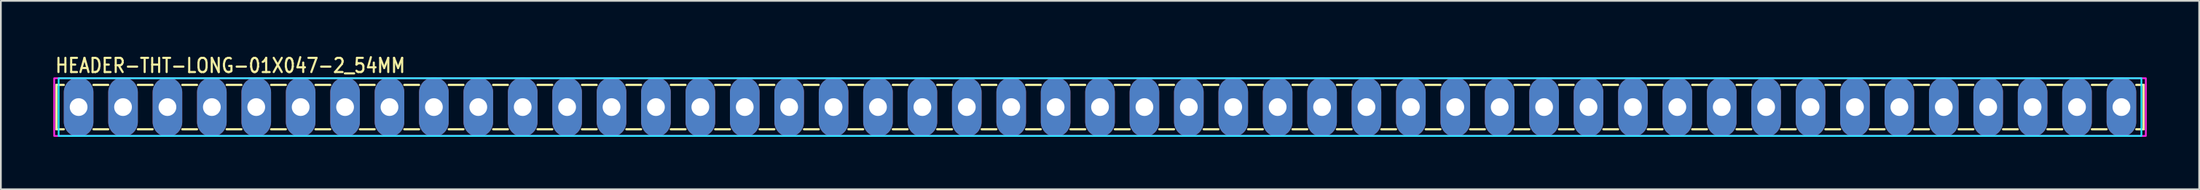
<source format=kicad_pcb>
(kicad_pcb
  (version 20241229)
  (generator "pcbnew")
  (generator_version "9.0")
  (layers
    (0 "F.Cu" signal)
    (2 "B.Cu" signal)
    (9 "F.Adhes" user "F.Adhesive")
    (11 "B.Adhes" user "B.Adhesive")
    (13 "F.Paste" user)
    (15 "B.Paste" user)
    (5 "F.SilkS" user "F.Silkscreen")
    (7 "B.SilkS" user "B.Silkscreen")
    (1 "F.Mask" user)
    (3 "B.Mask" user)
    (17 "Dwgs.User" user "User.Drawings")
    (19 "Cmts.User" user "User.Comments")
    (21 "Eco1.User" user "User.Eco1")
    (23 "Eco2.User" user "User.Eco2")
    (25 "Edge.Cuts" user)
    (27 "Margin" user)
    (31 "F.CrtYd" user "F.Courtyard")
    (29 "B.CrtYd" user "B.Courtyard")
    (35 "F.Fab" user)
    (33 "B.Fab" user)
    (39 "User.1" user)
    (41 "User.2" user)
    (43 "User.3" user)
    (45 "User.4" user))
  (footprint "HEADER-THT-LONG-01X047-2_54MM"
    (layer "F.Cu")
    (at 1.447 3.079)
    (property "Reference" "HEADER-THT-LONG-01X047-2_54MM" (at -1.4 -1.9 0) (unlocked yes) (layer "F.SilkS") (effects (font (size 0.813 0.695) (thickness 0.122)) (justify left bottom)))
    (fp_line (start -1.27 -1.27) (end -1.27 1.27) (stroke (width 0.127) (type solid)) (layer "F.SilkS"))
    (fp_line (start -1.27 1.27) (end -0.85 1.27) (stroke (width 0.127) (type solid)) (layer "F.SilkS"))
    (fp_line (start -0.85 -1.27) (end -1.27 -1.27) (stroke (width 0.127) (type solid)) (layer "F.SilkS"))
    (fp_line (start 0.85 -1.27) (end 1.69 -1.27) (stroke (width 0.127) (type solid)) (layer "F.SilkS"))
    (fp_line (start 0.85 1.27) (end 1.69 1.27) (stroke (width 0.127) (type solid)) (layer "F.SilkS"))
    (fp_line (start 3.39 -1.27) (end 4.23 -1.27) (stroke (width 0.127) (type solid)) (layer "F.SilkS"))
    (fp_line (start 3.39 1.27) (end 4.23 1.27) (stroke (width 0.127) (type solid)) (layer "F.SilkS"))
    (fp_line (start 5.93 -1.27) (end 6.77 -1.27) (stroke (width 0.127) (type solid)) (layer "F.SilkS"))
    (fp_line (start 5.93 1.27) (end 6.77 1.27) (stroke (width 0.127) (type solid)) (layer "F.SilkS"))
    (fp_line (start 8.47 -1.27) (end 9.31 -1.27) (stroke (width 0.127) (type solid)) (layer "F.SilkS"))
    (fp_line (start 8.47 1.27) (end 9.31 1.27) (stroke (width 0.127) (type solid)) (layer "F.SilkS"))
    (fp_line (start 11.01 -1.27) (end 11.85 -1.27) (stroke (width 0.127) (type solid)) (layer "F.SilkS"))
    (fp_line (start 11.01 1.27) (end 11.85 1.27) (stroke (width 0.127) (type solid)) (layer "F.SilkS"))
    (fp_line (start 13.55 -1.27) (end 14.39 -1.27) (stroke (width 0.127) (type solid)) (layer "F.SilkS"))
    (fp_line (start 13.55 1.27) (end 14.39 1.27) (stroke (width 0.127) (type solid)) (layer "F.SilkS"))
    (fp_line (start 16.09 -1.27) (end 16.93 -1.27) (stroke (width 0.127) (type solid)) (layer "F.SilkS"))
    (fp_line (start 16.09 1.27) (end 16.93 1.27) (stroke (width 0.127) (type solid)) (layer "F.SilkS"))
    (fp_line (start 18.63 -1.27) (end 19.47 -1.27) (stroke (width 0.127) (type solid)) (layer "F.SilkS"))
    (fp_line (start 18.63 1.27) (end 19.47 1.27) (stroke (width 0.127) (type solid)) (layer "F.SilkS"))
    (fp_line (start 21.17 -1.27) (end 22.01 -1.27) (stroke (width 0.127) (type solid)) (layer "F.SilkS"))
    (fp_line (start 21.17 1.27) (end 22.01 1.27) (stroke (width 0.127) (type solid)) (layer "F.SilkS"))
    (fp_line (start 23.71 -1.27) (end 24.55 -1.27) (stroke (width 0.127) (type solid)) (layer "F.SilkS"))
    (fp_line (start 23.71 1.27) (end 24.55 1.27) (stroke (width 0.127) (type solid)) (layer "F.SilkS"))
    (fp_line (start 26.25 -1.27) (end 27.09 -1.27) (stroke (width 0.127) (type solid)) (layer "F.SilkS"))
    (fp_line (start 26.25 1.27) (end 27.09 1.27) (stroke (width 0.127) (type solid)) (layer "F.SilkS"))
    (fp_line (start 28.79 -1.27) (end 29.63 -1.27) (stroke (width 0.127) (type solid)) (layer "F.SilkS"))
    (fp_line (start 28.79 1.27) (end 29.63 1.27) (stroke (width 0.127) (type solid)) (layer "F.SilkS"))
    (fp_line (start 31.33 -1.27) (end 32.17 -1.27) (stroke (width 0.127) (type solid)) (layer "F.SilkS"))
    (fp_line (start 31.33 1.27) (end 32.17 1.27) (stroke (width 0.127) (type solid)) (layer "F.SilkS"))
    (fp_line (start 33.87 -1.27) (end 34.71 -1.27) (stroke (width 0.127) (type solid)) (layer "F.SilkS"))
    (fp_line (start 33.87 1.27) (end 34.71 1.27) (stroke (width 0.127) (type solid)) (layer "F.SilkS"))
    (fp_line (start 36.41 -1.27) (end 37.25 -1.27) (stroke (width 0.127) (type solid)) (layer "F.SilkS"))
    (fp_line (start 36.41 1.27) (end 37.25 1.27) (stroke (width 0.127) (type solid)) (layer "F.SilkS"))
    (fp_line (start 38.95 -1.27) (end 39.79 -1.27) (stroke (width 0.127) (type solid)) (layer "F.SilkS"))
    (fp_line (start 38.95 1.27) (end 39.79 1.27) (stroke (width 0.127) (type solid)) (layer "F.SilkS"))
    (fp_line (start 41.49 -1.27) (end 42.33 -1.27) (stroke (width 0.127) (type solid)) (layer "F.SilkS"))
    (fp_line (start 41.49 1.27) (end 42.33 1.27) (stroke (width 0.127) (type solid)) (layer "F.SilkS"))
    (fp_line (start 44.03 -1.27) (end 44.87 -1.27) (stroke (width 0.127) (type solid)) (layer "F.SilkS"))
    (fp_line (start 44.03 1.27) (end 44.87 1.27) (stroke (width 0.127) (type solid)) (layer "F.SilkS"))
    (fp_line (start 46.57 -1.27) (end 47.41 -1.27) (stroke (width 0.127) (type solid)) (layer "F.SilkS"))
    (fp_line (start 46.57 1.27) (end 47.41 1.27) (stroke (width 0.127) (type solid)) (layer "F.SilkS"))
    (fp_line (start 49.11 -1.27) (end 49.95 -1.27) (stroke (width 0.127) (type solid)) (layer "F.SilkS"))
    (fp_line (start 49.11 1.27) (end 49.95 1.27) (stroke (width 0.127) (type solid)) (layer "F.SilkS"))
    (fp_line (start 51.65 -1.27) (end 52.49 -1.27) (stroke (width 0.127) (type solid)) (layer "F.SilkS"))
    (fp_line (start 51.65 1.27) (end 52.49 1.27) (stroke (width 0.127) (type solid)) (layer "F.SilkS"))
    (fp_line (start 54.19 -1.27) (end 55.03 -1.27) (stroke (width 0.127) (type solid)) (layer "F.SilkS"))
    (fp_line (start 54.19 1.27) (end 55.03 1.27) (stroke (width 0.127) (type solid)) (layer "F.SilkS"))
    (fp_line (start 56.73 -1.27) (end 57.57 -1.27) (stroke (width 0.127) (type solid)) (layer "F.SilkS"))
    (fp_line (start 56.73 1.27) (end 57.57 1.27) (stroke (width 0.127) (type solid)) (layer "F.SilkS"))
    (fp_line (start 59.27 -1.27) (end 60.11 -1.27) (stroke (width 0.127) (type solid)) (layer "F.SilkS"))
    (fp_line (start 59.27 1.27) (end 60.11 1.27) (stroke (width 0.127) (type solid)) (layer "F.SilkS"))
    (fp_line (start 61.81 -1.27) (end 62.65 -1.27) (stroke (width 0.127) (type solid)) (layer "F.SilkS"))
    (fp_line (start 61.81 1.27) (end 62.65 1.27) (stroke (width 0.127) (type solid)) (layer "F.SilkS"))
    (fp_line (start 64.35 -1.27) (end 65.19 -1.27) (stroke (width 0.127) (type solid)) (layer "F.SilkS"))
    (fp_line (start 64.35 1.27) (end 65.19 1.27) (stroke (width 0.127) (type solid)) (layer "F.SilkS"))
    (fp_line (start 66.89 -1.27) (end 67.73 -1.27) (stroke (width 0.127) (type solid)) (layer "F.SilkS"))
    (fp_line (start 66.89 1.27) (end 67.73 1.27) (stroke (width 0.127) (type solid)) (layer "F.SilkS"))
    (fp_line (start 69.43 -1.27) (end 70.27 -1.27) (stroke (width 0.127) (type solid)) (layer "F.SilkS"))
    (fp_line (start 69.43 1.27) (end 70.27 1.27) (stroke (width 0.127) (type solid)) (layer "F.SilkS"))
    (fp_line (start 71.97 -1.27) (end 72.81 -1.27) (stroke (width 0.127) (type solid)) (layer "F.SilkS"))
    (fp_line (start 71.97 1.27) (end 72.81 1.27) (stroke (width 0.127) (type solid)) (layer "F.SilkS"))
    (fp_line (start 74.51 -1.27) (end 75.35 -1.27) (stroke (width 0.127) (type solid)) (layer "F.SilkS"))
    (fp_line (start 74.51 1.27) (end 75.35 1.27) (stroke (width 0.127) (type solid)) (layer "F.SilkS"))
    (fp_line (start 77.05 -1.27) (end 77.89 -1.27) (stroke (width 0.127) (type solid)) (layer "F.SilkS"))
    (fp_line (start 77.05 1.27) (end 77.89 1.27) (stroke (width 0.127) (type solid)) (layer "F.SilkS"))
    (fp_line (start 79.59 -1.27) (end 80.43 -1.27) (stroke (width 0.127) (type solid)) (layer "F.SilkS"))
    (fp_line (start 79.59 1.27) (end 80.43 1.27) (stroke (width 0.127) (type solid)) (layer "F.SilkS"))
    (fp_line (start 82.13 -1.27) (end 82.97 -1.27) (stroke (width 0.127) (type solid)) (layer "F.SilkS"))
    (fp_line (start 82.13 1.27) (end 82.97 1.27) (stroke (width 0.127) (type solid)) (layer "F.SilkS"))
    (fp_line (start 84.67 -1.27) (end 85.51 -1.27) (stroke (width 0.127) (type solid)) (layer "F.SilkS"))
    (fp_line (start 84.67 1.27) (end 85.51 1.27) (stroke (width 0.127) (type solid)) (layer "F.SilkS"))
    (fp_line (start 87.21 -1.27) (end 88.05 -1.27) (stroke (width 0.127) (type solid)) (layer "F.SilkS"))
    (fp_line (start 87.21 1.27) (end 88.05 1.27) (stroke (width 0.127) (type solid)) (layer "F.SilkS"))
    (fp_line (start 89.75 -1.27) (end 90.59 -1.27) (stroke (width 0.127) (type solid)) (layer "F.SilkS"))
    (fp_line (start 89.75 1.27) (end 90.59 1.27) (stroke (width 0.127) (type solid)) (layer "F.SilkS"))
    (fp_line (start 92.29 -1.27) (end 93.13 -1.27) (stroke (width 0.127) (type solid)) (layer "F.SilkS"))
    (fp_line (start 92.29 1.27) (end 93.13 1.27) (stroke (width 0.127) (type solid)) (layer "F.SilkS"))
    (fp_line (start 94.83 -1.27) (end 95.67 -1.27) (stroke (width 0.127) (type solid)) (layer "F.SilkS"))
    (fp_line (start 94.83 1.27) (end 95.67 1.27) (stroke (width 0.127) (type solid)) (layer "F.SilkS"))
    (fp_line (start 97.37 -1.27) (end 98.21 -1.27) (stroke (width 0.127) (type solid)) (layer "F.SilkS"))
    (fp_line (start 97.37 1.27) (end 98.21 1.27) (stroke (width 0.127) (type solid)) (layer "F.SilkS"))
    (fp_line (start 99.91 -1.27) (end 100.75 -1.27) (stroke (width 0.127) (type solid)) (layer "F.SilkS"))
    (fp_line (start 99.91 1.27) (end 100.75 1.27) (stroke (width 0.127) (type solid)) (layer "F.SilkS"))
    (fp_line (start 102.45 -1.27) (end 103.29 -1.27) (stroke (width 0.127) (type solid)) (layer "F.SilkS"))
    (fp_line (start 102.45 1.27) (end 103.29 1.27) (stroke (width 0.127) (type solid)) (layer "F.SilkS"))
    (fp_line (start 104.99 -1.27) (end 105.83 -1.27) (stroke (width 0.127) (type solid)) (layer "F.SilkS"))
    (fp_line (start 104.99 1.27) (end 105.83 1.27) (stroke (width 0.127) (type solid)) (layer "F.SilkS"))
    (fp_line (start 107.53 -1.27) (end 108.37 -1.27) (stroke (width 0.127) (type solid)) (layer "F.SilkS"))
    (fp_line (start 107.53 1.27) (end 108.37 1.27) (stroke (width 0.127) (type solid)) (layer "F.SilkS"))
    (fp_line (start 110.07 -1.27) (end 110.91 -1.27) (stroke (width 0.127) (type solid)) (layer "F.SilkS"))
    (fp_line (start 110.07 1.27) (end 110.91 1.27) (stroke (width 0.127) (type solid)) (layer "F.SilkS"))
    (fp_line (start 112.61 -1.27) (end 113.45 -1.27) (stroke (width 0.127) (type solid)) (layer "F.SilkS"))
    (fp_line (start 112.61 1.27) (end 113.45 1.27) (stroke (width 0.127) (type solid)) (layer "F.SilkS"))
    (fp_line (start 115.15 -1.27) (end 115.99 -1.27) (stroke (width 0.127) (type solid)) (layer "F.SilkS"))
    (fp_line (start 115.15 1.27) (end 115.99 1.27) (stroke (width 0.127) (type solid)) (layer "F.SilkS"))
    (fp_line (start 117.69 -1.27) (end 118.11 -1.27) (stroke (width 0.127) (type solid)) (layer "F.SilkS"))
    (fp_line (start 118.11 -1.27) (end 118.11 1.27) (stroke (width 0.127) (type solid)) (layer "F.SilkS"))
    (fp_line (start 118.11 1.27) (end 117.69 1.27) (stroke (width 0.127) (type solid)) (layer "F.SilkS"))
    (fp_poly (pts (xy -1.143 -1.651) (xy 117.983 -1.651) (xy 117.983 1.651) (xy -1.143 1.651)) (stroke (width 0.1) (type solid)) (fill no) (layer "B.CrtYd"))
    (fp_poly (pts (xy -1.397 -1.651) (xy 118.237 -1.651) (xy 118.237 1.651) (xy -1.397 1.651)) (stroke (width 0.1) (type solid)) (fill no) (layer "F.CrtYd"))
    (pad "P$1" thru_hole oval (at 0 0 90) (size 3.387 1.693) (drill 1.016) (layers "*.Cu" "*.Mask"))
    (pad "P$2" thru_hole oval (at 2.54 0 90) (size 3.387 1.693) (drill 1.016) (layers "*.Cu" "*.Mask"))
    (pad "P$3" thru_hole oval (at 5.08 0 90) (size 3.387 1.693) (drill 1.016) (layers "*.Cu" "*.Mask"))
    (pad "P$4" thru_hole oval (at 7.62 0 90) (size 3.387 1.693) (drill 1.016) (layers "*.Cu" "*.Mask"))
    (pad "P$5" thru_hole oval (at 10.16 0 90) (size 3.387 1.693) (drill 1.016) (layers "*.Cu" "*.Mask"))
    (pad "P$6" thru_hole oval (at 12.7 0 90) (size 3.387 1.693) (drill 1.016) (layers "*.Cu" "*.Mask"))
    (pad "P$7" thru_hole oval (at 15.24 0 90) (size 3.387 1.693) (drill 1.016) (layers "*.Cu" "*.Mask"))
    (pad "P$8" thru_hole oval (at 17.78 0 90) (size 3.387 1.693) (drill 1.016) (layers "*.Cu" "*.Mask"))
    (pad "P$9" thru_hole oval (at 20.32 0 90) (size 3.387 1.693) (drill 1.016) (layers "*.Cu" "*.Mask"))
    (pad "P$10" thru_hole oval (at 22.86 0 90) (size 3.387 1.693) (drill 1.016) (layers "*.Cu" "*.Mask"))
    (pad "P$11" thru_hole oval (at 25.4 0 90) (size 3.387 1.693) (drill 1.016) (layers "*.Cu" "*.Mask"))
    (pad "P$12" thru_hole oval (at 27.94 0 90) (size 3.387 1.693) (drill 1.016) (layers "*.Cu" "*.Mask"))
    (pad "P$13" thru_hole oval (at 30.48 0 90) (size 3.387 1.693) (drill 1.016) (layers "*.Cu" "*.Mask"))
    (pad "P$14" thru_hole oval (at 33.02 0 90) (size 3.387 1.693) (drill 1.016) (layers "*.Cu" "*.Mask"))
    (pad "P$15" thru_hole oval (at 35.56 0 90) (size 3.387 1.693) (drill 1.016) (layers "*.Cu" "*.Mask"))
    (pad "P$16" thru_hole oval (at 38.1 0 90) (size 3.387 1.693) (drill 1.016) (layers "*.Cu" "*.Mask"))
    (pad "P$17" thru_hole oval (at 40.64 0 90) (size 3.387 1.693) (drill 1.016) (layers "*.Cu" "*.Mask"))
    (pad "P$18" thru_hole oval (at 43.18 0 90) (size 3.387 1.693) (drill 1.016) (layers "*.Cu" "*.Mask"))
    (pad "P$19" thru_hole oval (at 45.72 0 90) (size 3.387 1.693) (drill 1.016) (layers "*.Cu" "*.Mask"))
    (pad "P$20" thru_hole oval (at 48.26 0 90) (size 3.387 1.693) (drill 1.016) (layers "*.Cu" "*.Mask"))
    (pad "P$21" thru_hole oval (at 50.8 0 90) (size 3.387 1.693) (drill 1.016) (layers "*.Cu" "*.Mask"))
    (pad "P$22" thru_hole oval (at 53.34 0 90) (size 3.387 1.693) (drill 1.016) (layers "*.Cu" "*.Mask"))
    (pad "P$23" thru_hole oval (at 55.88 0 90) (size 3.387 1.693) (drill 1.016) (layers "*.Cu" "*.Mask"))
    (pad "P$24" thru_hole oval (at 58.42 0 90) (size 3.387 1.693) (drill 1.016) (layers "*.Cu" "*.Mask"))
    (pad "P$25" thru_hole oval (at 60.96 0 90) (size 3.387 1.693) (drill 1.016) (layers "*.Cu" "*.Mask"))
    (pad "P$26" thru_hole oval (at 63.5 0 90) (size 3.387 1.693) (drill 1.016) (layers "*.Cu" "*.Mask"))
    (pad "P$27" thru_hole oval (at 66.04 0 90) (size 3.387 1.693) (drill 1.016) (layers "*.Cu" "*.Mask"))
    (pad "P$28" thru_hole oval (at 68.58 0 90) (size 3.387 1.693) (drill 1.016) (layers "*.Cu" "*.Mask"))
    (pad "P$29" thru_hole oval (at 71.12 0 90) (size 3.387 1.693) (drill 1.016) (layers "*.Cu" "*.Mask"))
    (pad "P$30" thru_hole oval (at 73.66 0 90) (size 3.387 1.693) (drill 1.016) (layers "*.Cu" "*.Mask"))
    (pad "P$31" thru_hole oval (at 76.2 0 90) (size 3.387 1.693) (drill 1.016) (layers "*.Cu" "*.Mask"))
    (pad "P$32" thru_hole oval (at 78.74 0 90) (size 3.387 1.693) (drill 1.016) (layers "*.Cu" "*.Mask"))
    (pad "P$33" thru_hole oval (at 81.28 0 90) (size 3.387 1.693) (drill 1.016) (layers "*.Cu" "*.Mask"))
    (pad "P$34" thru_hole oval (at 83.82 0 90) (size 3.387 1.693) (drill 1.016) (layers "*.Cu" "*.Mask"))
    (pad "P$35" thru_hole oval (at 86.36 0 90) (size 3.387 1.693) (drill 1.016) (layers "*.Cu" "*.Mask"))
    (pad "P$36" thru_hole oval (at 88.9 0 90) (size 3.387 1.693) (drill 1.016) (layers "*.Cu" "*.Mask"))
    (pad "P$37" thru_hole oval (at 91.44 0 90) (size 3.387 1.693) (drill 1.016) (layers "*.Cu" "*.Mask"))
    (pad "P$38" thru_hole oval (at 93.98 0 90) (size 3.387 1.693) (drill 1.016) (layers "*.Cu" "*.Mask"))
    (pad "P$39" thru_hole oval (at 96.52 0 90) (size 3.387 1.693) (drill 1.016) (layers "*.Cu" "*.Mask"))
    (pad "P$40" thru_hole oval (at 99.06 0 90) (size 3.387 1.693) (drill 1.016) (layers "*.Cu" "*.Mask"))
    (pad "P$41" thru_hole oval (at 101.6 0 90) (size 3.387 1.693) (drill 1.016) (layers "*.Cu" "*.Mask"))
    (pad "P$42" thru_hole oval (at 104.14 0 90) (size 3.387 1.693) (drill 1.016) (layers "*.Cu" "*.Mask"))
    (pad "P$43" thru_hole oval (at 106.68 0 90) (size 3.387 1.693) (drill 1.016) (layers "*.Cu" "*.Mask"))
    (pad "P$44" thru_hole oval (at 109.22 0 90) (size 3.387 1.693) (drill 1.016) (layers "*.Cu" "*.Mask"))
    (pad "P$45" thru_hole oval (at 111.76 0 90) (size 3.387 1.693) (drill 1.016) (layers "*.Cu" "*.Mask"))
    (pad "P$46" thru_hole oval (at 114.3 0 90) (size 3.387 1.693) (drill 1.016) (layers "*.Cu" "*.Mask"))
    (pad "P$47" thru_hole oval (at 116.84 0 90) (size 3.387 1.693) (drill 1.016) (layers "*.Cu" "*.Mask")))
  (gr_rect
    (start -3 -3)
    (end 122.734 7.78)
    (stroke (width 0.1) (type default))
    (fill no)
    (layer "Edge.Cuts")))
</source>
